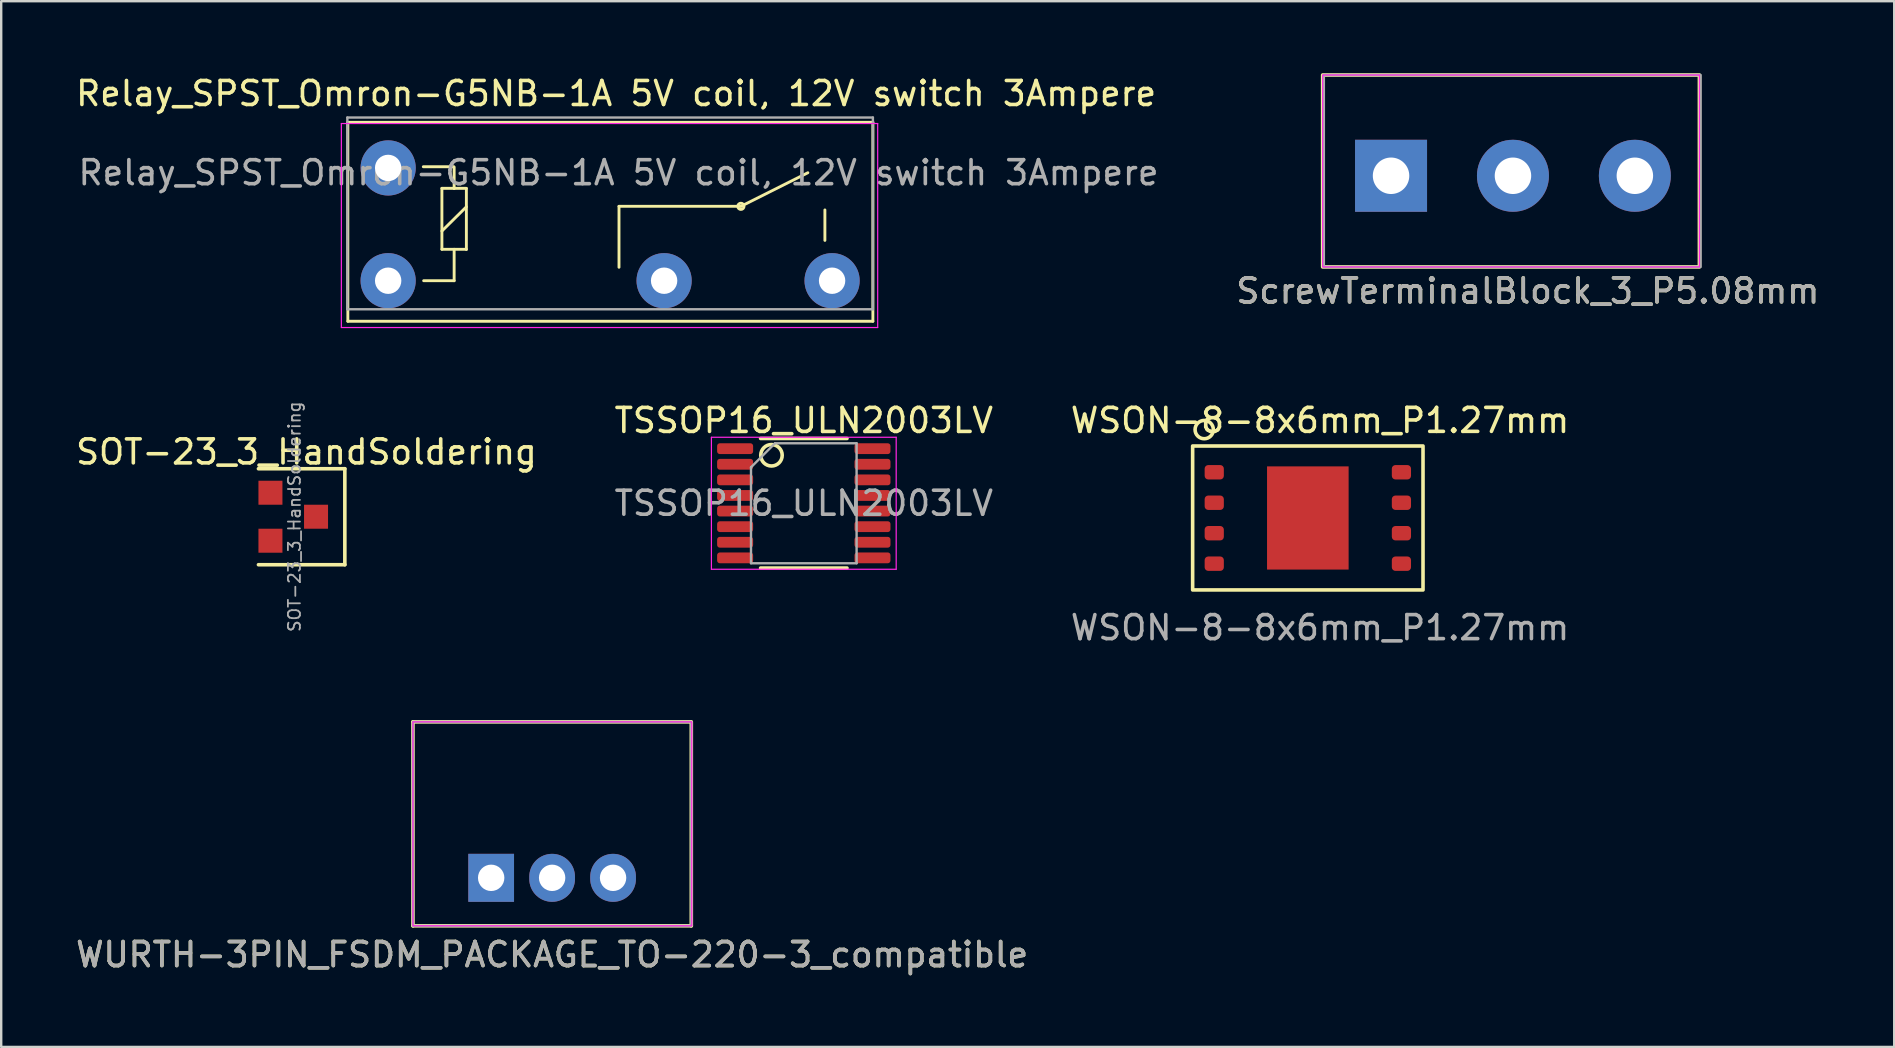
<source format=kicad_pcb>
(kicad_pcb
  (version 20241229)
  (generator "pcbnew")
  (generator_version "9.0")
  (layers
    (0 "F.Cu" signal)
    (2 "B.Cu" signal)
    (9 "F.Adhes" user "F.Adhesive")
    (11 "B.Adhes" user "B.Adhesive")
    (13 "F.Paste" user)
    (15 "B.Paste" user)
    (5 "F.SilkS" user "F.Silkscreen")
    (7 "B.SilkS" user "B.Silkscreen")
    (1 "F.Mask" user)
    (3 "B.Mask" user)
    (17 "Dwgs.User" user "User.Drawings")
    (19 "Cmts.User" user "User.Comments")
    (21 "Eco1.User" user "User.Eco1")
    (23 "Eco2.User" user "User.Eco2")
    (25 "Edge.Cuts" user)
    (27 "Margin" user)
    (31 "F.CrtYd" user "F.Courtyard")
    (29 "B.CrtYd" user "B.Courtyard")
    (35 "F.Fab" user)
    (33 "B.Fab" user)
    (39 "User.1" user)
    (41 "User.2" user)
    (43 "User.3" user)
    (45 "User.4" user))
  (footprint "SOT-23_3_HandSoldering"
    (layer "F.Cu")
    (at 9.22 18.483)
    (property "Reference" "SOT-23_3_HandSoldering" (at 0.5 -2.7 0) (layer "F.SilkS") (effects (font (size 1 1) (thickness 0.15))))
    (attr smd)
    (fp_line (start -1.5 -2) (end 2.1 -2) (stroke (width 0.15) (type solid)) (layer "F.SilkS"))
    (fp_line (start 2.1 -2) (end 2.1 2) (stroke (width 0.15) (type solid)) (layer "F.SilkS"))
    (fp_line (start 2.1 2) (end -1.5 2) (stroke (width 0.15) (type solid)) (layer "F.SilkS"))
    (fp_text user "${REFERENCE}" (at 0 0 90) (layer "F.Fab") (effects (font (size 0.5 0.5) (thickness 0.075))))
    (pad "1" smd rect (at -1 -1) (size 1 1) (layers "F.Cu" "F.Mask" "F.Paste"))
    (pad "2" smd rect (at -1 1) (size 1 1) (layers "F.Cu" "F.Mask" "F.Paste"))
    (pad "3" smd rect (at 0.9 0) (size 1 1) (layers "F.Cu" "F.Mask" "F.Paste")))
  (footprint "ScrewTerminalBlock_3_P5.08mm"
    (layer "F.Cu")
    (at 54.918 4.275)
    (property "Reference" "ScrewTerminalBlock_3_P5.08mm" (at 5.7 4.8 0) (layer "F.SilkS") (effects (font (size 1 1) (thickness 0.15))))
    (attr through_hole)
    (fp_rect (start -2.85 3.8) (end 12.85 -4.2) (stroke (width 0.15) (type solid)) (fill no) (layer "F.SilkS"))
    (fp_rect (start -2.85 3.8) (end 12.85 -4.2) (stroke (width 0.05) (type solid)) (fill no) (layer "F.CrtYd"))
    (fp_rect (start -2.8 3.8) (end 12.9 -4.2) (stroke (width 0.1) (type solid)) (fill no) (layer "F.Fab"))
    (fp_text user "${REFERENCE}" (at 5.7 4.8 0) (layer "F.Fab") (effects (font (size 1 1) (thickness 0.15))))
    (pad "1" thru_hole rect (at 0 0) (size 3 3) (drill 1.52) (layers "*.Cu" "*.Mask"))
    (pad "2" thru_hole circle (at 5.08 0) (size 3 3) (drill 1.52) (layers "*.Cu" "*.Mask"))
    (pad "3" thru_hole circle (at 10.16 0) (size 3 3) (drill 1.52) (layers "*.Cu" "*.Mask")))
  (footprint "TSSOP16_ULN2003LV"
    (layer "F.Cu")
    (at 30.446 17.922)
    (property "Reference" "TSSOP16_ULN2003LV" (at 0 -3.45 0) (layer "F.SilkS") (effects (font (size 1 1) (thickness 0.15))))
    (attr smd)
    (fp_line (start -1.8 -2.7) (end 1.8 -2.7) (stroke (width 0.15) (type solid)) (layer "F.SilkS"))
    (fp_line (start -1.8 2.7) (end 1.8 2.7) (stroke (width 0.15) (type solid)) (layer "F.SilkS"))
    (fp_circle (center -1.347 -2) (end -0.9 -2) (stroke (width 0.15) (type solid)) (fill no) (layer "F.SilkS"))
    (fp_line (start -3.85 -2.75) (end -3.85 2.75) (stroke (width 0.05) (type solid)) (layer "F.CrtYd"))
    (fp_line (start -3.85 2.75) (end 3.85 2.75) (stroke (width 0.05) (type solid)) (layer "F.CrtYd"))
    (fp_line (start 3.85 -2.75) (end -3.85 -2.75) (stroke (width 0.05) (type solid)) (layer "F.CrtYd"))
    (fp_line (start 3.85 2.75) (end 3.85 -2.75) (stroke (width 0.05) (type solid)) (layer "F.CrtYd"))
    (fp_line (start -2.2 -1.5) (end -1.2 -2.5) (stroke (width 0.1) (type solid)) (layer "F.Fab"))
    (fp_line (start -2.2 2.5) (end -2.2 -1.5) (stroke (width 0.1) (type solid)) (layer "F.Fab"))
    (fp_line (start -1.2 -2.5) (end 2.2 -2.5) (stroke (width 0.1) (type solid)) (layer "F.Fab"))
    (fp_line (start 2.2 -2.5) (end 2.2 2.5) (stroke (width 0.1) (type solid)) (layer "F.Fab"))
    (fp_line (start 2.2 2.5) (end -2.2 2.5) (stroke (width 0.1) (type solid)) (layer "F.Fab"))
    (fp_text user "${REFERENCE}" (at 0 0 0) (layer "F.Fab") (effects (font (size 1 1) (thickness 0.15))))
    (pad "1" smd roundrect (at -2.862 -2.275) (size 1.5 0.45) (layers "F.Cu" "F.Mask" "F.Paste") (roundrect_rratio 0.25))
    (pad "2" smd roundrect (at -2.862 -1.625) (size 1.5 0.45) (layers "F.Cu" "F.Mask" "F.Paste") (roundrect_rratio 0.25))
    (pad "3" smd roundrect (at -2.862 -0.975) (size 1.5 0.45) (layers "F.Cu" "F.Mask" "F.Paste") (roundrect_rratio 0.25))
    (pad "4" smd roundrect (at -2.862 -0.325) (size 1.5 0.45) (layers "F.Cu" "F.Mask" "F.Paste") (roundrect_rratio 0.25))
    (pad "5" smd roundrect (at -2.862 0.325) (size 1.5 0.45) (layers "F.Cu" "F.Mask" "F.Paste") (roundrect_rratio 0.25))
    (pad "6" smd roundrect (at -2.862 0.975) (size 1.5 0.45) (layers "F.Cu" "F.Mask" "F.Paste") (roundrect_rratio 0.25))
    (pad "7" smd roundrect (at -2.862 1.625) (size 1.5 0.45) (layers "F.Cu" "F.Mask" "F.Paste") (roundrect_rratio 0.25))
    (pad "8" smd roundrect (at -2.862 2.275) (size 1.5 0.45) (layers "F.Cu" "F.Mask" "F.Paste") (roundrect_rratio 0.25))
    (pad "9" smd roundrect (at 2.862 2.275) (size 1.5 0.45) (layers "F.Cu" "F.Mask" "F.Paste") (roundrect_rratio 0.25))
    (pad "10" smd roundrect (at 2.862 1.625) (size 1.5 0.45) (layers "F.Cu" "F.Mask" "F.Paste") (roundrect_rratio 0.25))
    (pad "11" smd roundrect (at 2.862 0.975) (size 1.5 0.45) (layers "F.Cu" "F.Mask" "F.Paste") (roundrect_rratio 0.25))
    (pad "12" smd roundrect (at 2.862 0.325) (size 1.5 0.45) (layers "F.Cu" "F.Mask" "F.Paste") (roundrect_rratio 0.25))
    (pad "13" smd roundrect (at 2.862 -0.325) (size 1.5 0.45) (layers "F.Cu" "F.Mask" "F.Paste") (roundrect_rratio 0.25))
    (pad "14" smd roundrect (at 2.862 -0.975) (size 1.5 0.45) (layers "F.Cu" "F.Mask" "F.Paste") (roundrect_rratio 0.25))
    (pad "15" smd roundrect (at 2.862 -1.625) (size 1.5 0.45) (layers "F.Cu" "F.Mask" "F.Paste") (roundrect_rratio 0.25))
    (pad "16" smd roundrect (at 2.862 -2.275) (size 1.5 0.45) (layers "F.Cu" "F.Mask" "F.Paste") (roundrect_rratio 0.25)))
  (footprint "WSON-8-8x6mm_P1.27mm"
    (layer "F.Cu")
    (at 51.45 18.535)
    (property "Reference" "WSON-8-8x6mm_P1.27mm" (at 0.508 -4.064 0) (layer "F.SilkS") (effects (font (size 1 1) (thickness 0.15))))
    (attr smd)
    (fp_rect (start -4.8 -3) (end 4.8 3) (stroke (width 0.15) (type solid)) (fill no) (layer "F.SilkS"))
    (fp_circle (center -4.318 -3.683) (end -4.699 -3.683) (stroke (width 0.15) (type solid)) (fill no) (layer "F.SilkS"))
    (fp_text user "${REFERENCE}" (at 0.508 4.572 0) (layer "F.Fab") (effects (font (size 1 1) (thickness 0.15))))
    (pad "1" smd roundrect (at -3.9 -1.905) (size 0.8 0.6) (layers "F.Cu" "F.Mask" "F.Paste") (roundrect_rratio 0.25))
    (pad "2" smd roundrect (at -3.9 -0.635) (size 0.8 0.6) (layers "F.Cu" "F.Mask" "F.Paste") (roundrect_rratio 0.25))
    (pad "3" smd roundrect (at -3.9 0.635) (size 0.8 0.6) (layers "F.Cu" "F.Mask" "F.Paste") (roundrect_rratio 0.25))
    (pad "4" smd roundrect (at -3.9 1.905) (size 0.8 0.6) (layers "F.Cu" "F.Mask" "F.Paste") (roundrect_rratio 0.25))
    (pad "5" smd roundrect (at 3.9 1.905) (size 0.8 0.6) (layers "F.Cu" "F.Mask" "F.Paste") (roundrect_rratio 0.25))
    (pad "6" smd roundrect (at 3.9 0.635) (size 0.8 0.6) (layers "F.Cu" "F.Mask" "F.Paste") (roundrect_rratio 0.25))
    (pad "7" smd roundrect (at 3.9 -0.635) (size 0.8 0.6) (layers "F.Cu" "F.Mask" "F.Paste") (roundrect_rratio 0.25))
    (pad "8" smd roundrect (at 3.9 -1.905) (size 0.8 0.6) (layers "F.Cu" "F.Mask" "F.Paste") (roundrect_rratio 0.25))
    (pad "9" smd rect (at 0 0) (size 3.4 4.3) (layers "F.Cu" "F.Mask" "F.Paste")))
  (footprint "Relay_SPST_Omron-G5NB-1A 5V coil, 12V switch 3Ampere"
    (layer "F.Cu")
    (at 13.125 8.648)
    (property "Reference" "Relay_SPST_Omron-G5NB-1A 5V coil, 12V switch 3Ampere" (at 9.5 -7.8 180) (layer "F.SilkS") (effects (font (size 1 1) (thickness 0.15))))
    (attr through_hole)
    (fp_line (start -1.68 -6.6) (end 20.2 -6.6) (stroke (width 0.12) (type solid)) (layer "F.SilkS"))
    (fp_line (start -1.68 1.69) (end -1.68 -6.6) (stroke (width 0.12) (type solid)) (layer "F.SilkS"))
    (fp_line (start -1.68 1.69) (end 20.2 1.69) (stroke (width 0.12) (type solid)) (layer "F.SilkS"))
    (fp_line (start 1.48 0) (end 2.75 0) (stroke (width 0.12) (type solid)) (layer "F.SilkS"))
    (fp_line (start 2.24 -3.85) (end 2.75 -3.85) (stroke (width 0.12) (type solid)) (layer "F.SilkS"))
    (fp_line (start 2.24 -2.07) (end 3.26 -3.08) (stroke (width 0.12) (type solid)) (layer "F.SilkS"))
    (fp_line (start 2.24 -1.31) (end 2.24 -3.85) (stroke (width 0.12) (type solid)) (layer "F.SilkS"))
    (fp_line (start 2.735 -4.75) (end 1.465 -4.75) (stroke (width 0.12) (type solid)) (layer "F.SilkS"))
    (fp_line (start 2.75 -3.85) (end 2.75 -4.729) (stroke (width 0.12) (type solid)) (layer "F.SilkS"))
    (fp_line (start 2.75 -3.85) (end 3.26 -3.85) (stroke (width 0.12) (type solid)) (layer "F.SilkS"))
    (fp_line (start 2.75 -1.31) (end 2.24 -1.31) (stroke (width 0.12) (type solid)) (layer "F.SilkS"))
    (fp_line (start 2.75 0) (end 2.75 -1.25) (stroke (width 0.12) (type solid)) (layer "F.SilkS"))
    (fp_line (start 3.26 -3.84) (end 3.26 -1.3) (stroke (width 0.12) (type solid)) (layer "F.SilkS"))
    (fp_line (start 3.26 -1.31) (end 2.75 -1.31) (stroke (width 0.12) (type solid)) (layer "F.SilkS"))
    (fp_line (start 9.62 -3.1) (end 14.7 -3.1) (stroke (width 0.12) (type solid)) (layer "F.SilkS"))
    (fp_line (start 9.62 -0.56) (end 9.62 -3.1) (stroke (width 0.12) (type solid)) (layer "F.SilkS"))
    (fp_line (start 14.7 -3.1) (end 17.49 -4.5) (stroke (width 0.12) (type solid)) (layer "F.SilkS"))
    (fp_line (start 18.2 -1.68) (end 18.2 -2.95) (stroke (width 0.12) (type solid)) (layer "F.SilkS"))
    (fp_line (start 20.2 1.69) (end 20.2 -6.6) (stroke (width 0.12) (type solid)) (layer "F.SilkS"))
    (fp_circle (center 14.7 -3.1) (end 14.7 -2.97) (stroke (width 0.12) (type solid)) (fill no) (layer "F.SilkS"))
    (fp_line (start -1.95 -6.55) (end 20.4 -6.55) (stroke (width 0.05) (type solid)) (layer "F.CrtYd"))
    (fp_line (start -1.95 1.95) (end -1.95 -6.55) (stroke (width 0.05) (type solid)) (layer "F.CrtYd"))
    (fp_line (start 20.4 -6.55) (end 20.4 1.95) (stroke (width 0.05) (type solid)) (layer "F.CrtYd"))
    (fp_line (start 20.4 1.95) (end -1.95 1.95) (stroke (width 0.05) (type solid)) (layer "F.CrtYd"))
    (fp_line (start -1.7 -6.8) (end 20.2 -6.8) (stroke (width 0.1) (type solid)) (layer "F.Fab"))
    (fp_line (start -1.7 1.19) (end -1.7 -6.8) (stroke (width 0.1) (type solid)) (layer "F.Fab"))
    (fp_line (start 20.2 -6.8) (end 20.2 1.19) (stroke (width 0.1) (type solid)) (layer "F.Fab"))
    (fp_line (start 20.2 1.19) (end -1.7 1.19) (stroke (width 0.1) (type solid)) (layer "F.Fab"))
    (fp_text user "${REFERENCE}" (at 9.6 -4.5 0) (layer "F.Fab") (effects (font (size 1 1) (thickness 0.15))))
    (pad "1" thru_hole circle (at 0 0 180) (size 2.3 2.3) (drill 1.1) (layers "*.Cu" "*.Mask"))
    (pad "2" thru_hole circle (at 11.5 0 180) (size 2.3 2.3) (drill 1.1) (layers "*.Cu" "*.Mask"))
    (pad "3" thru_hole circle (at 18.5 0 180) (size 2.3 2.3) (drill 1.1) (layers "*.Cu" "*.Mask"))
    (pad "4" thru_hole circle (at 0 -4.7 180) (size 2.3 2.3) (drill 1.1) (layers "*.Cu" "*.Mask")))
  (footprint "WURTH-3PIN_FSDM_PACKAGE_TO-220-3_compatible"
    (layer "F.Cu")
    (at 17.418 33.531)
    (property "Reference" "WURTH-3PIN_FSDM_PACKAGE_TO-220-3_compatible" (at 2.54 3.2 0) (layer "F.SilkS") (effects (font (size 1 1) (thickness 0.15))))
    (attr through_hole)
    (fp_line (start -3.26 -6.5) (end -3.26 2) (stroke (width 0.15) (type solid)) (layer "F.SilkS"))
    (fp_line (start -3.26 -6.5) (end 8.32 -6.5) (stroke (width 0.15) (type solid)) (layer "F.SilkS"))
    (fp_line (start -3.26 2) (end 8.34 2) (stroke (width 0.15) (type solid)) (layer "F.SilkS"))
    (fp_line (start 8.34 2) (end 8.34 -6.5) (stroke (width 0.15) (type solid)) (layer "F.SilkS"))
    (fp_rect (start -3.26 -6.5) (end 8.36 2) (stroke (width 0.05) (type solid)) (fill no) (layer "F.CrtYd"))
    (fp_rect (start -3.26 -6.5) (end 8.34 2) (stroke (width 0.1) (type solid)) (fill no) (layer "F.Fab"))
    (fp_text user "${REFERENCE}" (at 2.54 3.2 0) (layer "F.Fab") (effects (font (size 1 1) (thickness 0.15))))
    (pad "1" thru_hole rect (at 0 0) (size 1.905 2) (drill 1.1) (layers "*.Cu" "*.Mask"))
    (pad "2" thru_hole oval (at 2.54 0) (size 1.905 2) (drill 1.1) (layers "*.Cu" "*.Mask"))
    (pad "3" thru_hole oval (at 5.08 0) (size 1.905 2) (drill 1.1) (layers "*.Cu" "*.Mask")))
  (gr_rect
    (start -3 -3)
    (end 75.886 40.579)
    (stroke (width 0.1) (type default))
    (fill no)
    (layer "Edge.Cuts")))
</source>
